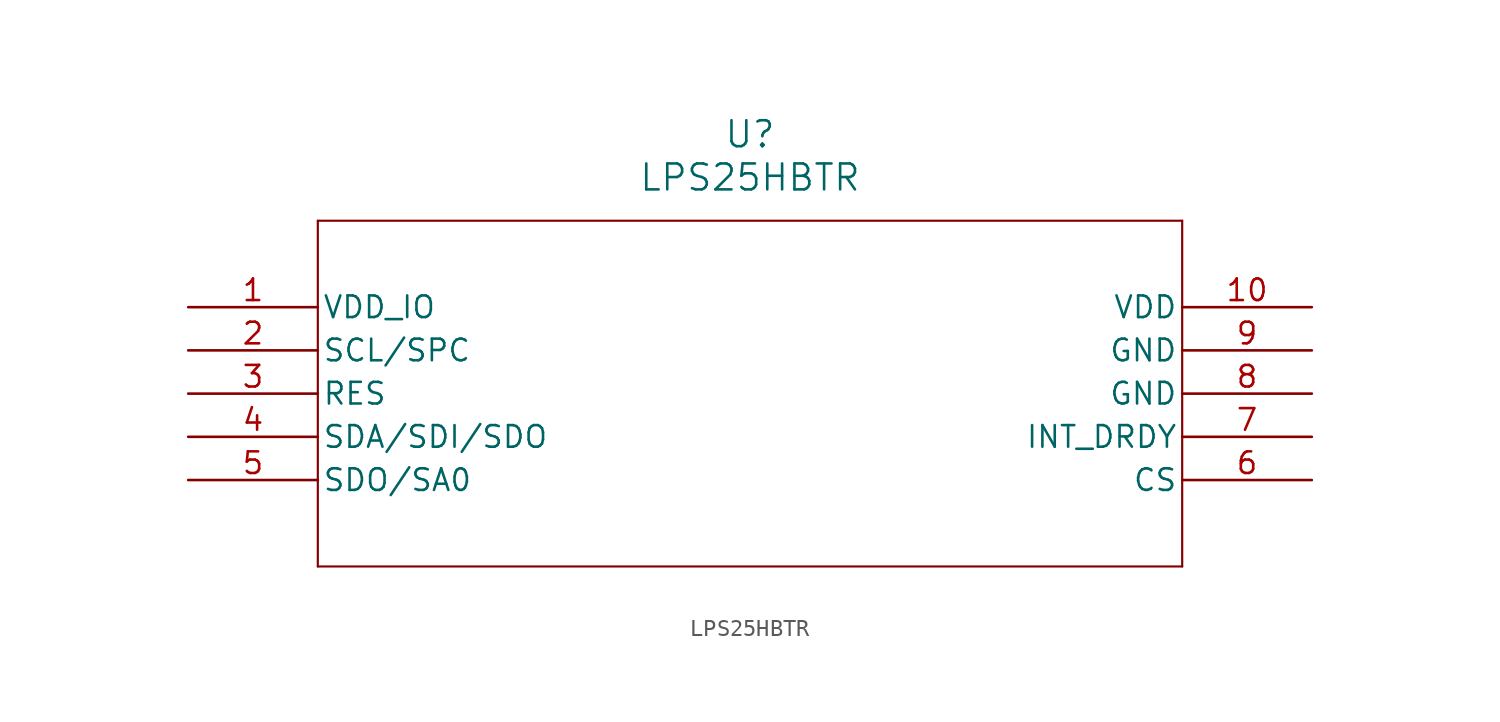
<source format=kicad_sym>
(kicad_symbol_lib
  (version 20211014)
  (generator kicad_symbol_editor)
  (symbol "LPS25HBTR"
    (pin_names
      (offset 0.254))
    (property "Reference" "U"
      (at 33.02 10.16 0)
      (effects (font (size 1.524 1.524))))
    (property "Value" "LPS25HBTR"
      (at 33.02 7.62 0)
      (effects (font (size 1.524 1.524))))
    (symbol "LPS25HBTR_0_1"
      (polyline (pts (xy 7.62 5.08) (xy 7.62 -15.24)) (stroke (width 0.127) (type default) (color 0 0 0 0)) (fill (type none)))
      (polyline (pts (xy 7.62 -15.24) (xy 58.42 -15.24)) (stroke (width 0.127) (type default) (color 0 0 0 0)) (fill (type none)))
      (polyline (pts (xy 58.42 -15.24) (xy 58.42 5.08)) (stroke (width 0.127) (type default) (color 0 0 0 0)) (fill (type none)))
      (polyline (pts (xy 58.42 5.08) (xy 7.62 5.08)) (stroke (width 0.127) (type default) (color 0 0 0 0)) (fill (type none)))
      (pin power_in line (at 0 0 0) (length 7.62) (name "VDD_IO" (effects (font (size 1.27 1.27)))) (number "1" (effects (font (size 1.27 1.27)))))
      (pin bidirectional line (at 0 -2.54 0) (length 7.62) (name "SCL/SPC" (effects (font (size 1.27 1.27)))) (number "2" (effects (font (size 1.27 1.27)))))
      (pin unspecified line (at 0 -5.08 0) (length 7.62) (name "RES" (effects (font (size 1.27 1.27)))) (number "3" (effects (font (size 1.27 1.27)))))
      (pin bidirectional line (at 0 -7.62 0) (length 7.62) (name "SDA/SDI/SDO" (effects (font (size 1.27 1.27)))) (number "4" (effects (font (size 1.27 1.27)))))
      (pin bidirectional line (at 0 -10.16 0) (length 7.62) (name "SDO/SA0" (effects (font (size 1.27 1.27)))) (number "5" (effects (font (size 1.27 1.27)))))
      (pin bidirectional line (at 66.04 -10.16 180) (length 7.62) (name "CS" (effects (font (size 1.27 1.27)))) (number "6" (effects (font (size 1.27 1.27)))))
      (pin bidirectional line (at 66.04 -7.62 180) (length 7.62) (name "INT_DRDY" (effects (font (size 1.27 1.27)))) (number "7" (effects (font (size 1.27 1.27)))))
      (pin power_in line (at 66.04 -5.08 180) (length 7.62) (name "GND" (effects (font (size 1.27 1.27)))) (number "8" (effects (font (size 1.27 1.27)))))
      (pin power_in line (at 66.04 -2.54 180) (length 7.62) (name "GND" (effects (font (size 1.27 1.27)))) (number "9" (effects (font (size 1.27 1.27)))))
      (pin power_in line (at 66.04 0 180) (length 7.62) (name "VDD" (effects (font (size 1.27 1.27)))) (number "10" (effects (font (size 1.27 1.27))))))))
</source>
